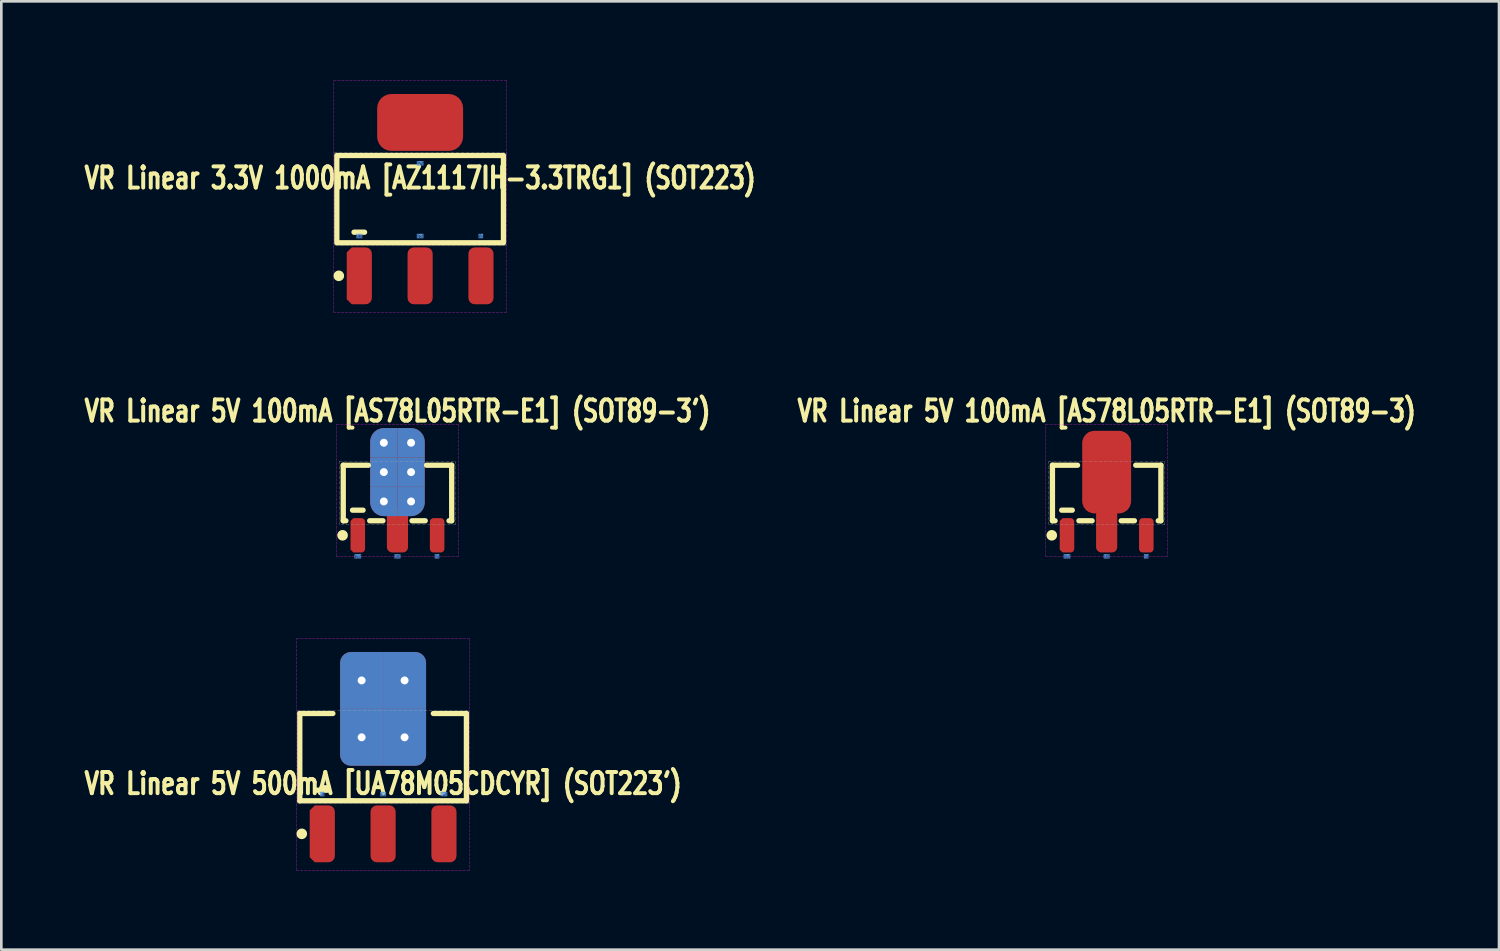
<source format=kicad_pcb>
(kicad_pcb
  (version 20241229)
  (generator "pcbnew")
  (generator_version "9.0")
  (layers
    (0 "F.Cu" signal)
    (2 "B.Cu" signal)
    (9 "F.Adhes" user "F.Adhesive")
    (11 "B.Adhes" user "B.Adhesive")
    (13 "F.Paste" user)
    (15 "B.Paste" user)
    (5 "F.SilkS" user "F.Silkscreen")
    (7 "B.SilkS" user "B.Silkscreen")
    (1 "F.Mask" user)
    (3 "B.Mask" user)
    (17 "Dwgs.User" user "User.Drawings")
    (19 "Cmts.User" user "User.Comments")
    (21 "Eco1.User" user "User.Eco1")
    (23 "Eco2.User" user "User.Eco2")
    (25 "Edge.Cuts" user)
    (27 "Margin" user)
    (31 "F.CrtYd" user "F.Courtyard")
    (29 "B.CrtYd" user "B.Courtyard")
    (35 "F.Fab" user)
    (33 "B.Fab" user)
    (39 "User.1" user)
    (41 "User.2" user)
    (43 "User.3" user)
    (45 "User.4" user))
  (footprint "VR Linear 5V 500mA [UA78M05CDCYR] (SOT223')"
    (layer "F.Cu")
    (at 11.436 25.579)
    (property "Reference" "VR Linear 5V 500mA [UA78M05CDCYR] (SOT223')" (at 0 1 0) (layer "F.SilkS") (effects (font (size 0.8 0.6) (thickness 0.15))))
    (attr smd)
    (fp_line (start -3.15 -1.65) (end -1.9 -1.65) (stroke (width 0.2) (type default)) (layer "F.SilkS"))
    (fp_line (start -3.15 1.65) (end -3.15 -1.65) (stroke (width 0.2) (type default)) (layer "F.SilkS"))
    (fp_line (start -3.15 1.65) (end 3.15 1.65) (stroke (width 0.2) (type default)) (layer "F.SilkS"))
    (fp_line (start -2.5 1.25) (end -2.1 1.25) (stroke (width 0.2) (type default)) (layer "F.SilkS"))
    (fp_line (start 3.15 -1.65) (end 1.9 -1.65) (stroke (width 0.2) (type default)) (layer "F.SilkS"))
    (fp_line (start 3.15 1.65) (end 3.15 -1.65) (stroke (width 0.2) (type default)) (layer "F.SilkS"))
    (fp_circle (center -3.075 2.9) (end -2.925 2.9) (stroke (width 0.1) (type solid)) (fill yes) (layer "F.SilkS"))
    (fp_rect (start -3.275 -4.475) (end 3.275 4.275) (stroke (width 0.01) (type dash)) (fill no) (layer "F.CrtYd"))
    (fp_rect (start -3.25 -1.75) (end 3.25 1.75) (stroke (width 0.01) (type dash_dot)) (fill no) (layer "F.Fab"))
    (fp_text user "GND" (at 0 1.4 0) (layer "Cmts.User" knockout) (effects (font (size 0.13 0.07) (thickness 0.01) (bold yes))))
    (fp_text user "Vout" (at 2.3 1.4 0) (layer "Cmts.User" knockout) (effects (font (size 0.13 0.07) (thickness 0.01) (bold yes))))
    (fp_text user "Vin" (at -2.3 1.4 0) (layer "Cmts.User" knockout) (effects (font (size 0.13 0.07) (thickness 0.01) (bold yes))))
    (pad "1" smd roundrect (at -2.3 2.9) (size 0.95 2.15) (layers "F.Cu" "F.Mask" "F.Paste") (roundrect_rratio 0.25) (chamfer_ratio 0.2) (chamfer top_left bottom_left))
    (pad "2" thru_hole roundrect (at -0.812 -2.9) (size 1.625 2.15) (drill 0.3) (layers "*.Cu" "F.Mask" "F.Paste") (roundrect_rratio 0.25) (chamfer_ratio 0) (chamfer top_right bottom_left bottom_right))
    (pad "2" thru_hole roundrect (at -0.812 -0.75) (size 1.625 2.15) (drill 0.3) (layers "*.Cu") (roundrect_rratio 0.25) (chamfer_ratio 0) (chamfer top_left top_right bottom_right))
    (pad "2" smd roundrect (at 0 2.9) (size 0.95 2.15) (layers "F.Cu" "F.Mask" "F.Paste") (roundrect_rratio 0.25) (chamfer_ratio 0.2) (chamfer))
    (pad "2" thru_hole roundrect (at 0.812 -2.9) (size 1.625 2.15) (drill 0.3) (layers "*.Cu" "F.Mask" "F.Paste") (roundrect_rratio 0.25) (chamfer_ratio 0) (chamfer top_left bottom_left bottom_right))
    (pad "2" thru_hole roundrect (at 0.812 -0.75) (size 1.625 2.15) (drill 0.3) (layers "*.Cu") (roundrect_rratio 0.25) (chamfer_ratio 0) (chamfer top_left top_right bottom_left))
    (pad "3" smd roundrect (at 2.3 2.9) (size 0.95 2.15) (layers "F.Cu" "F.Mask" "F.Paste") (roundrect_rratio 0.25) (chamfer_ratio 0.2) (chamfer)))
  (footprint "VR Linear 5V 100mA [AS78L05RTR-E1] (SOT89-3)"
    (layer "F.Cu")
    (at 38.795 17.191)
    (property "Reference" "VR Linear 5V 100mA [AS78L05RTR-E1] (SOT89-3)" (at 0 -4.7 0) (layer "F.SilkS") (effects (font (size 0.8 0.6) (thickness 0.15))))
    (attr smd)
    (fp_line (start -2.05 -2.65) (end -1.1 -2.65) (stroke (width 0.2) (type default)) (layer "F.SilkS"))
    (fp_line (start -2.05 -0.55) (end -2.05 -2.65) (stroke (width 0.2) (type default)) (layer "F.SilkS"))
    (fp_line (start -2.05 -0.55) (end -1.95 -0.55) (stroke (width 0.2) (type default)) (layer "F.SilkS"))
    (fp_line (start -1.3 -0.95) (end -1.7 -0.95) (stroke (width 0.2) (type default)) (layer "F.SilkS"))
    (fp_line (start -1.05 -0.55) (end -0.55 -0.55) (stroke (width 0.2) (type default)) (layer "F.SilkS"))
    (fp_line (start 1.05 -0.55) (end 0.55 -0.55) (stroke (width 0.2) (type default)) (layer "F.SilkS"))
    (fp_line (start 2.05 -2.65) (end 1.1 -2.65) (stroke (width 0.2) (type default)) (layer "F.SilkS"))
    (fp_line (start 2.05 -0.55) (end 1.95 -0.55) (stroke (width 0.2) (type default)) (layer "F.SilkS"))
    (fp_line (start 2.05 -0.55) (end 2.05 -2.65) (stroke (width 0.2) (type default)) (layer "F.SilkS"))
    (fp_circle (center -2.075 0) (end -1.925 0) (stroke (width 0.1) (type solid)) (fill yes) (layer "F.SilkS"))
    (fp_rect (start -2.3 -4.2) (end 2.3 0.8) (stroke (width 0.01) (type dash)) (fill no) (layer "F.CrtYd"))
    (fp_rect (start -2.2 -2.8) (end 2.2 -0.4) (stroke (width 0.01) (type dash_dot)) (fill no) (layer "F.Fab"))
    (fp_text user "Vout" (at -1.5 0.8 0) (layer "Cmts.User" knockout) (effects (font (size 0.13 0.07) (thickness 0.01) (bold yes))))
    (fp_text user "Vin" (at 1.5 0.8 0) (layer "Cmts.User" knockout) (effects (font (size 0.13 0.07) (thickness 0.01) (bold yes))))
    (fp_text user "GND" (at 0 0.8 0) (layer "Cmts.User" knockout) (effects (font (size 0.13 0.07) (thickness 0.01) (bold yes))))
    (pad "1" smd roundrect (at -1.5 0) (size 0.55 1.3) (layers "F.Cu" "F.Mask" "F.Paste") (roundrect_rratio 0.25) (chamfer_ratio 0.2) (chamfer top_left bottom_left))
    (pad "2" smd roundrect (at 0 -2.39) (size 1.85 3.125) (layers "F.Cu" "F.Mask" "F.Paste") (roundrect_rratio 0.25))
    (pad "2" smd roundrect (at 0 -0.2) (size 0.8 1.7) (layers "F.Cu" "F.Mask" "F.Paste") (roundrect_rratio 0.25))
    (pad "3" smd roundrect (at 1.5 0) (size 0.55 1.3) (layers "F.Cu" "F.Mask" "F.Paste") (roundrect_rratio 0.25) (chamfer_ratio 0.2) (chamfer)))
  (footprint "VR Linear 5V 100mA [AS78L05RTR-E1] (SOT89-3')"
    (layer "F.Cu")
    (at 11.979 17.191)
    (property "Reference" "VR Linear 5V 100mA [AS78L05RTR-E1] (SOT89-3')" (at 0 -4.7 0) (layer "F.SilkS") (effects (font (size 0.8 0.6) (thickness 0.15))))
    (attr smd)
    (fp_line (start -2.05 -2.65) (end -1.1 -2.65) (stroke (width 0.2) (type default)) (layer "F.SilkS"))
    (fp_line (start -2.05 -0.55) (end -2.05 -2.65) (stroke (width 0.2) (type default)) (layer "F.SilkS"))
    (fp_line (start -2.05 -0.55) (end -1.95 -0.55) (stroke (width 0.2) (type default)) (layer "F.SilkS"))
    (fp_line (start -1.3 -0.95) (end -1.7 -0.95) (stroke (width 0.2) (type default)) (layer "F.SilkS"))
    (fp_line (start -1.05 -0.55) (end -0.55 -0.55) (stroke (width 0.2) (type default)) (layer "F.SilkS"))
    (fp_line (start 1.05 -0.55) (end 0.55 -0.55) (stroke (width 0.2) (type default)) (layer "F.SilkS"))
    (fp_line (start 2.05 -2.65) (end 1.1 -2.65) (stroke (width 0.2) (type default)) (layer "F.SilkS"))
    (fp_line (start 2.05 -0.55) (end 1.95 -0.55) (stroke (width 0.2) (type default)) (layer "F.SilkS"))
    (fp_line (start 2.05 -0.55) (end 2.05 -2.65) (stroke (width 0.2) (type default)) (layer "F.SilkS"))
    (fp_circle (center -2.075 0) (end -1.925 0) (stroke (width 0.1) (type solid)) (fill yes) (layer "F.SilkS"))
    (fp_rect (start -2.3 -4.2) (end 2.3 0.8) (stroke (width 0.01) (type dash)) (fill no) (layer "F.CrtYd"))
    (fp_rect (start -2.2 -2.8) (end 2.2 -0.4) (stroke (width 0.01) (type dash_dot)) (fill no) (layer "F.Fab"))
    (fp_text user "GND" (at 0 0.8 0) (layer "Cmts.User" knockout) (effects (font (size 0.13 0.07) (thickness 0.01) (bold yes))))
    (fp_text user "Vin" (at 1.5 0.8 0) (layer "Cmts.User" knockout) (effects (font (size 0.13 0.07) (thickness 0.01) (bold yes))))
    (fp_text user "Vout" (at -1.5 0.8 0) (layer "Cmts.User" knockout) (effects (font (size 0.13 0.07) (thickness 0.01) (bold yes))))
    (pad "1" smd roundrect (at -1.5 0) (size 0.55 1.3) (layers "F.Cu" "F.Mask" "F.Paste") (roundrect_rratio 0.25) (chamfer_ratio 0.2) (chamfer top_left bottom_left))
    (pad "2" thru_hole roundrect (at -0.515 -3.5) (size 1.03 1.11) (drill 0.3) (layers "*.Cu" "F.Mask" "F.Paste") (roundrect_rratio 0.5) (chamfer_ratio 0) (chamfer top_right bottom_left bottom_right))
    (pad "2" thru_hole rect (at -0.515 -2.39) (size 1.03 1.11) (drill 0.3) (layers "*.Cu" "F.Mask" "F.Paste"))
    (pad "2" thru_hole roundrect (at -0.515 -1.28) (size 1.03 1.11) (drill 0.3) (layers "*.Cu" "F.Mask" "F.Paste") (roundrect_rratio 0.5) (chamfer_ratio 0) (chamfer top_left top_right bottom_right))
    (pad "2" smd roundrect (at 0 -0.2) (size 0.8 1.7) (layers "F.Cu" "F.Mask" "F.Paste") (roundrect_rratio 0.25))
    (pad "2" thru_hole roundrect (at 0.515 -3.5) (size 1.03 1.11) (drill 0.3) (layers "*.Cu" "F.Mask" "F.Paste") (roundrect_rratio 0.5) (chamfer_ratio 0) (chamfer top_left bottom_left bottom_right))
    (pad "2" thru_hole rect (at 0.515 -2.39) (size 1.03 1.11) (drill 0.3) (layers "*.Cu" "F.Mask" "F.Paste"))
    (pad "2" thru_hole roundrect (at 0.515 -1.28) (size 1.03 1.11) (drill 0.3) (layers "*.Cu" "F.Mask" "F.Paste") (roundrect_rratio 0.5) (chamfer_ratio 0) (chamfer top_left top_right bottom_left))
    (pad "3" smd roundrect (at 1.5 0) (size 0.55 1.3) (layers "F.Cu" "F.Mask" "F.Paste") (roundrect_rratio 0.25) (chamfer_ratio 0.2) (chamfer)))
  (footprint "VR Linear 3.3V 1000mA [AZ1117IH-3.3TRG1] (SOT223)"
    (layer "F.Cu")
    (at 12.836 4.48)
    (property "Reference" "VR Linear 3.3V 1000mA [AZ1117IH-3.3TRG1] (SOT223)" (at 0 -0.8 0) (layer "F.SilkS") (effects (font (size 0.8 0.6) (thickness 0.15))))
    (attr smd)
    (fp_line (start -2.5 1.25) (end -2.1 1.25) (stroke (width 0.2) (type default)) (layer "F.SilkS"))
    (fp_rect (start -3.15 -1.65) (end 3.15 1.65) (stroke (width 0.2) (type default)) (fill no) (layer "F.SilkS"))
    (fp_circle (center -3.075 2.9) (end -2.925 2.9) (stroke (width 0.1) (type solid)) (fill yes) (layer "F.SilkS"))
    (fp_rect (start -3.275 -4.475) (end 3.275 4.275) (stroke (width 0.01) (type dash)) (fill no) (layer "F.CrtYd"))
    (fp_rect (start -3.25 -1.75) (end 3.25 1.75) (stroke (width 0.01) (type dash_dot)) (fill no) (layer "F.Fab"))
    (fp_text user "Vout" (at 0 1.4 0) (layer "Cmts.User" knockout) (effects (font (size 0.13 0.07) (thickness 0.01) (bold yes))))
    (fp_text user "Vout" (at 0 -1.35 0) (layer "Cmts.User" knockout) (effects (font (size 0.13 0.07) (thickness 0.01) (bold yes))))
    (fp_text user "GND" (at -2.3 1.4 0) (layer "Cmts.User" knockout) (effects (font (size 0.13 0.07) (thickness 0.01) (bold yes))))
    (fp_text user "Vin" (at 2.3 1.4 0) (layer "Cmts.User" knockout) (effects (font (size 0.13 0.07) (thickness 0.01) (bold yes))))
    (pad "1" smd roundrect (at -2.3 2.9) (size 0.95 2.15) (layers "F.Cu" "F.Mask" "F.Paste") (roundrect_rratio 0.25) (chamfer_ratio 0.2) (chamfer top_left bottom_left))
    (pad "2" smd roundrect (at 0 -2.9) (size 3.25 2.15) (layers "F.Cu" "F.Mask" "F.Paste") (roundrect_rratio 0.25))
    (pad "2" smd roundrect (at 0 2.9) (size 0.95 2.15) (layers "F.Cu" "F.Mask" "F.Paste") (roundrect_rratio 0.25) (chamfer_ratio 0.2) (chamfer))
    (pad "3" smd roundrect (at 2.3 2.9) (size 0.95 2.15) (layers "F.Cu" "F.Mask" "F.Paste") (roundrect_rratio 0.25) (chamfer_ratio 0.2) (chamfer)))
  (gr_rect
    (start -3 -3)
    (end 53.631 32.859)
    (stroke (width 0.1) (type default))
    (fill no)
    (layer "Edge.Cuts")))
</source>
